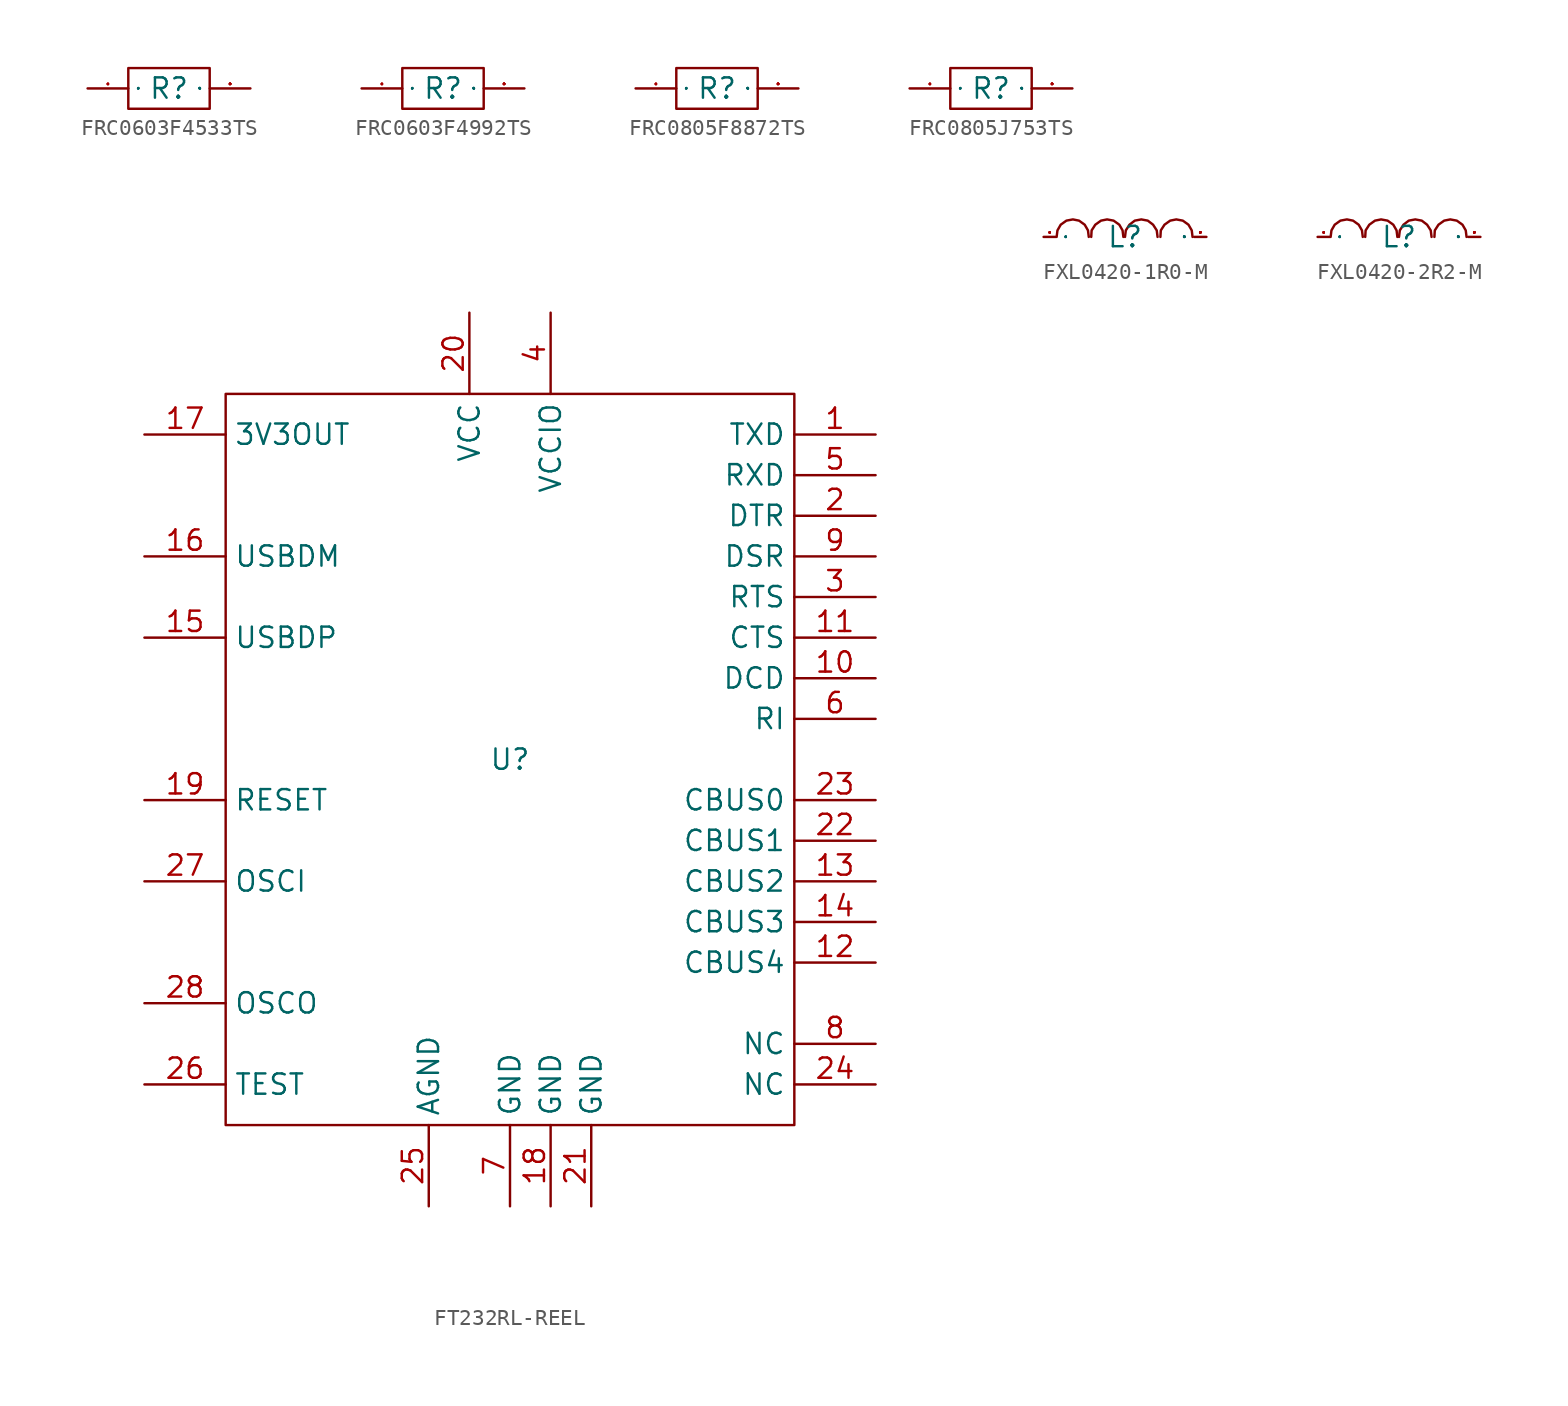
<source format=kicad_sym>
(kicad_symbol_lib
  (version 20241209)
  (generator "kicad_symbol_editor")
  (generator_version "9.0")
  (symbol "FRC0603F4533TS"
    (property "Reference" "R"
      (at 0 0 0)
      (effects (font (size 1.27 1.27))))
    (symbol "FRC0603F4533TS_1_0"
      (rectangle (start -2.54 -1.27) (end 2.54 1.27) (stroke (width 0) (type default)) (fill (type none)))
      (pin unspecified line (at -5.08 0 0) (length 2.54) (name "1" (effects (font (size 0.025 0.025)))) (number "1" (effects (font (size 0.025 0.025)))))
      (pin unspecified line (at 5.08 0 180) (length 2.54) (name "2" (effects (font (size 0.025 0.025)))) (number "2" (effects (font (size 0.025 0.025)))))))
  (symbol "FRC0603F4992TS"
    (property "Reference" "R"
      (at 0 0 0)
      (effects (font (size 1.27 1.27))))
    (symbol "FRC0603F4992TS_1_0"
      (rectangle (start -2.54 -1.27) (end 2.54 1.27) (stroke (width 0) (type default)) (fill (type none)))
      (pin unspecified line (at -5.08 0 0) (length 2.54) (name "1" (effects (font (size 0.025 0.025)))) (number "1" (effects (font (size 0.025 0.025)))))
      (pin unspecified line (at 5.08 0 180) (length 2.54) (name "2" (effects (font (size 0.025 0.025)))) (number "2" (effects (font (size 0.025 0.025)))))))
  (symbol "FRC0805F8872TS"
    (property "Reference" "R"
      (at 0 0 0)
      (effects (font (size 1.27 1.27))))
    (symbol "FRC0805F8872TS_1_0"
      (rectangle (start -2.54 1.27) (end 2.54 -1.27) (stroke (width 0) (type default)) (fill (type none)))
      (pin unspecified line (at -5.08 0 0) (length 2.54) (name "1" (effects (font (size 0.025 0.025)))) (number "1" (effects (font (size 0.025 0.025)))))
      (pin unspecified line (at 5.08 0 180) (length 2.54) (name "2" (effects (font (size 0.025 0.025)))) (number "2" (effects (font (size 0.025 0.025)))))))
  (symbol "FRC0805J753TS"
    (property "Reference" "R"
      (at 0 0 0)
      (effects (font (size 1.27 1.27))))
    (symbol "FRC0805J753TS_1_0"
      (rectangle (start -2.54 -1.27) (end 2.54 1.27) (stroke (width 0) (type default)) (fill (type none)))
      (pin unspecified line (at -5.08 0 0) (length 2.54) (name "1" (effects (font (size 0.025 0.025)))) (number "1" (effects (font (size 0.025 0.025)))))
      (pin unspecified line (at 5.08 0 180) (length 2.54) (name "2" (effects (font (size 0.025 0.025)))) (number "2" (effects (font (size 0.025 0.025)))))))
  (symbol "FT232RL-REEL"
    (property "Reference" "U"
      (at 0 0 0)
      (effects (font (size 1.27 1.27))))
    (property "Value" ""
      (at 0 0 0)
      (effects (font (size 1.27 1.27))))
    (symbol "FT232RL-REEL_1_0"
      (rectangle (start -17.78 -22.86) (end 17.78 22.86) (stroke (width 0) (type default)) (fill (type none)))
      (pin output line (at -22.86 20.32 0) (length 5.08) (name "3V3OUT" (effects (font (size 1.27 1.27)))) (number "17" (effects (font (size 1.27 1.27)))))
      (pin bidirectional line (at -22.86 12.7 0) (length 5.08) (name "USBDM" (effects (font (size 1.27 1.27)))) (number "16" (effects (font (size 1.27 1.27)))))
      (pin bidirectional line (at -22.86 7.62 0) (length 5.08) (name "USBDP" (effects (font (size 1.27 1.27)))) (number "15" (effects (font (size 1.27 1.27)))))
      (pin unspecified line (at -22.86 -2.54 0) (length 5.08) (name "RESET" (effects (font (size 1.27 1.27)))) (number "19" (effects (font (size 1.27 1.27)))))
      (pin unspecified line (at -22.86 -7.62 0) (length 5.08) (name "OSCI" (effects (font (size 1.27 1.27)))) (number "27" (effects (font (size 1.27 1.27)))))
      (pin output line (at -22.86 -15.24 0) (length 5.08) (name "OSCO" (effects (font (size 1.27 1.27)))) (number "28" (effects (font (size 1.27 1.27)))))
      (pin unspecified line (at -22.86 -20.32 0) (length 5.08) (name "TEST" (effects (font (size 1.27 1.27)))) (number "26" (effects (font (size 1.27 1.27)))))
      (pin unspecified line (at -5.08 -27.94 90) (length 5.08) (name "AGND" (effects (font (size 1.27 1.27)))) (number "25" (effects (font (size 1.27 1.27)))))
      (pin unspecified line (at -2.54 27.94 270) (length 5.08) (name "VCC" (effects (font (size 1.27 1.27)))) (number "20" (effects (font (size 1.27 1.27)))))
      (pin unspecified line (at 0 -27.94 90) (length 5.08) (name "GND" (effects (font (size 1.27 1.27)))) (number "7" (effects (font (size 1.27 1.27)))))
      (pin unspecified line (at 2.54 27.94 270) (length 5.08) (name "VCCIO" (effects (font (size 1.27 1.27)))) (number "4" (effects (font (size 1.27 1.27)))))
      (pin unspecified line (at 2.54 -27.94 90) (length 5.08) (name "GND" (effects (font (size 1.27 1.27)))) (number "18" (effects (font (size 1.27 1.27)))))
      (pin unspecified line (at 5.08 -27.94 90) (length 5.08) (name "GND" (effects (font (size 1.27 1.27)))) (number "21" (effects (font (size 1.27 1.27)))))
      (pin output line (at 22.86 20.32 180) (length 5.08) (name "TXD" (effects (font (size 1.27 1.27)))) (number "1" (effects (font (size 1.27 1.27)))))
      (pin unspecified line (at 22.86 17.78 180) (length 5.08) (name "RXD" (effects (font (size 1.27 1.27)))) (number "5" (effects (font (size 1.27 1.27)))))
      (pin output line (at 22.86 15.24 180) (length 5.08) (name "DTR" (effects (font (size 1.27 1.27)))) (number "2" (effects (font (size 1.27 1.27)))))
      (pin unspecified line (at 22.86 12.7 180) (length 5.08) (name "DSR" (effects (font (size 1.27 1.27)))) (number "9" (effects (font (size 1.27 1.27)))))
      (pin output line (at 22.86 10.16 180) (length 5.08) (name "RTS" (effects (font (size 1.27 1.27)))) (number "3" (effects (font (size 1.27 1.27)))))
      (pin unspecified line (at 22.86 7.62 180) (length 5.08) (name "CTS" (effects (font (size 1.27 1.27)))) (number "11" (effects (font (size 1.27 1.27)))))
      (pin unspecified line (at 22.86 5.08 180) (length 5.08) (name "DCD" (effects (font (size 1.27 1.27)))) (number "10" (effects (font (size 1.27 1.27)))))
      (pin unspecified line (at 22.86 2.54 180) (length 5.08) (name "RI" (effects (font (size 1.27 1.27)))) (number "6" (effects (font (size 1.27 1.27)))))
      (pin bidirectional line (at 22.86 -2.54 180) (length 5.08) (name "CBUS0" (effects (font (size 1.27 1.27)))) (number "23" (effects (font (size 1.27 1.27)))))
      (pin bidirectional line (at 22.86 -5.08 180) (length 5.08) (name "CBUS1" (effects (font (size 1.27 1.27)))) (number "22" (effects (font (size 1.27 1.27)))))
      (pin bidirectional line (at 22.86 -7.62 180) (length 5.08) (name "CBUS2" (effects (font (size 1.27 1.27)))) (number "13" (effects (font (size 1.27 1.27)))))
      (pin bidirectional line (at 22.86 -10.16 180) (length 5.08) (name "CBUS3" (effects (font (size 1.27 1.27)))) (number "14" (effects (font (size 1.27 1.27)))))
      (pin bidirectional line (at 22.86 -12.7 180) (length 5.08) (name "CBUS4" (effects (font (size 1.27 1.27)))) (number "12" (effects (font (size 1.27 1.27)))))
      (pin unspecified line (at 22.86 -17.78 180) (length 5.08) (name "NC" (effects (font (size 1.27 1.27)))) (number "8" (effects (font (size 1.27 1.27)))))
      (pin unspecified line (at 22.86 -20.32 180) (length 5.08) (name "NC" (effects (font (size 1.27 1.27)))) (number "24" (effects (font (size 1.27 1.27)))))))
  (symbol "FXL0420-1R0-M"
    (property "Reference" "L"
      (at 0 0 0)
      (effects (font (size 1.27 1.27))))
    (symbol "FXL0420-1R0-M_1_0"
      (polyline (pts (xy -4.267 0) (xy -4.216 0.406) (xy -4.216 0.406) (xy -4.013 0.762) (xy -4.013 0.762) (xy -3.658 1.016) (xy -3.658 1.016) (xy -3.251 1.092) (xy -3.251 1.092) (xy -2.87 1.016) (xy -2.87 1.016) (xy -2.515 0.762) (xy -2.515 0.762) (xy -2.311 0.406) (xy -2.311 0.406) (xy -2.261 0)) (stroke (width 0) (type default)) (fill (type none)))
      (polyline (pts (xy -2.108 0) (xy -2.083 0.406) (xy -2.083 0.406) (xy -1.854 0.762) (xy -1.854 0.762) (xy -1.499 1.016) (xy -1.499 1.016) (xy -1.118 1.092) (xy -1.118 1.092) (xy -0.711 1.016) (xy -0.711 1.016) (xy -0.356 0.762) (xy -0.356 0.762) (xy -0.152 0.406) (xy -0.152 0.406) (xy -0.102 0)) (stroke (width 0) (type default)) (fill (type none)))
      (polyline (pts (xy 0 0) (xy 0.051 0.406) (xy 0.051 0.406) (xy 0.279 0.762) (xy 0.279 0.762) (xy 0.61 1.016) (xy 0.61 1.016) (xy 1.016 1.092) (xy 1.016 1.092) (xy 1.422 1.016) (xy 1.422 1.016) (xy 1.753 0.762) (xy 1.753 0.762) (xy 1.981 0.406) (xy 1.981 0.406) (xy 2.032 0)) (stroke (width 0) (type default)) (fill (type none)))
      (polyline (pts (xy 2.21 0) (xy 2.235 0.406) (xy 2.235 0.406) (xy 2.464 0.762) (xy 2.464 0.762) (xy 2.819 1.016) (xy 2.819 1.016) (xy 3.2 1.092) (xy 3.2 1.092) (xy 3.607 1.016) (xy 3.607 1.016) (xy 3.962 0.762) (xy 3.962 0.762) (xy 4.166 0.406) (xy 4.166 0.406) (xy 4.216 0)) (stroke (width 0) (type default)) (fill (type none)))
      (pin unspecified line (at -5.08 0 0) (length 0.762) (name "1" (effects (font (size 0.025 0.025)))) (number "1" (effects (font (size 0.025 0.025)))))
      (pin unspecified line (at 5.08 0 180) (length 0.762) (name "2" (effects (font (size 0.025 0.025)))) (number "2" (effects (font (size 0.025 0.025)))))))
  (symbol "FXL0420-2R2-M"
    (property "Reference" "L"
      (at 0 0 0)
      (effects (font (size 1.27 1.27))))
    (symbol "FXL0420-2R2-M_1_0"
      (polyline (pts (xy -4.267 0) (xy -4.216 0.406) (xy -4.216 0.406) (xy -4.013 0.762) (xy -4.013 0.762) (xy -3.658 1.016) (xy -3.658 1.016) (xy -3.251 1.092) (xy -3.251 1.092) (xy -2.87 1.016) (xy -2.87 1.016) (xy -2.515 0.762) (xy -2.515 0.762) (xy -2.311 0.406) (xy -2.311 0.406) (xy -2.261 0)) (stroke (width 0) (type default)) (fill (type none)))
      (polyline (pts (xy -2.108 0) (xy -2.083 0.406) (xy -2.083 0.406) (xy -1.854 0.762) (xy -1.854 0.762) (xy -1.499 1.016) (xy -1.499 1.016) (xy -1.118 1.092) (xy -1.118 1.092) (xy -0.711 1.016) (xy -0.711 1.016) (xy -0.356 0.762) (xy -0.356 0.762) (xy -0.152 0.406) (xy -0.152 0.406) (xy -0.102 0)) (stroke (width 0) (type default)) (fill (type none)))
      (polyline (pts (xy 0 0) (xy 0.051 0.406) (xy 0.051 0.406) (xy 0.279 0.762) (xy 0.279 0.762) (xy 0.61 1.016) (xy 0.61 1.016) (xy 1.016 1.092) (xy 1.016 1.092) (xy 1.422 1.016) (xy 1.422 1.016) (xy 1.753 0.762) (xy 1.753 0.762) (xy 1.981 0.406) (xy 1.981 0.406) (xy 2.032 0)) (stroke (width 0) (type default)) (fill (type none)))
      (polyline (pts (xy 2.21 0) (xy 2.235 0.406) (xy 2.235 0.406) (xy 2.464 0.762) (xy 2.464 0.762) (xy 2.819 1.016) (xy 2.819 1.016) (xy 3.2 1.092) (xy 3.2 1.092) (xy 3.607 1.016) (xy 3.607 1.016) (xy 3.962 0.762) (xy 3.962 0.762) (xy 4.166 0.406) (xy 4.166 0.406) (xy 4.216 0)) (stroke (width 0) (type default)) (fill (type none)))
      (pin unspecified line (at -5.08 0 0) (length 0.762) (name "1" (effects (font (size 0.025 0.025)))) (number "1" (effects (font (size 0.025 0.025)))))
      (pin unspecified line (at 5.08 0 180) (length 0.762) (name "2" (effects (font (size 0.025 0.025)))) (number "2" (effects (font (size 0.025 0.025))))))))
</source>
